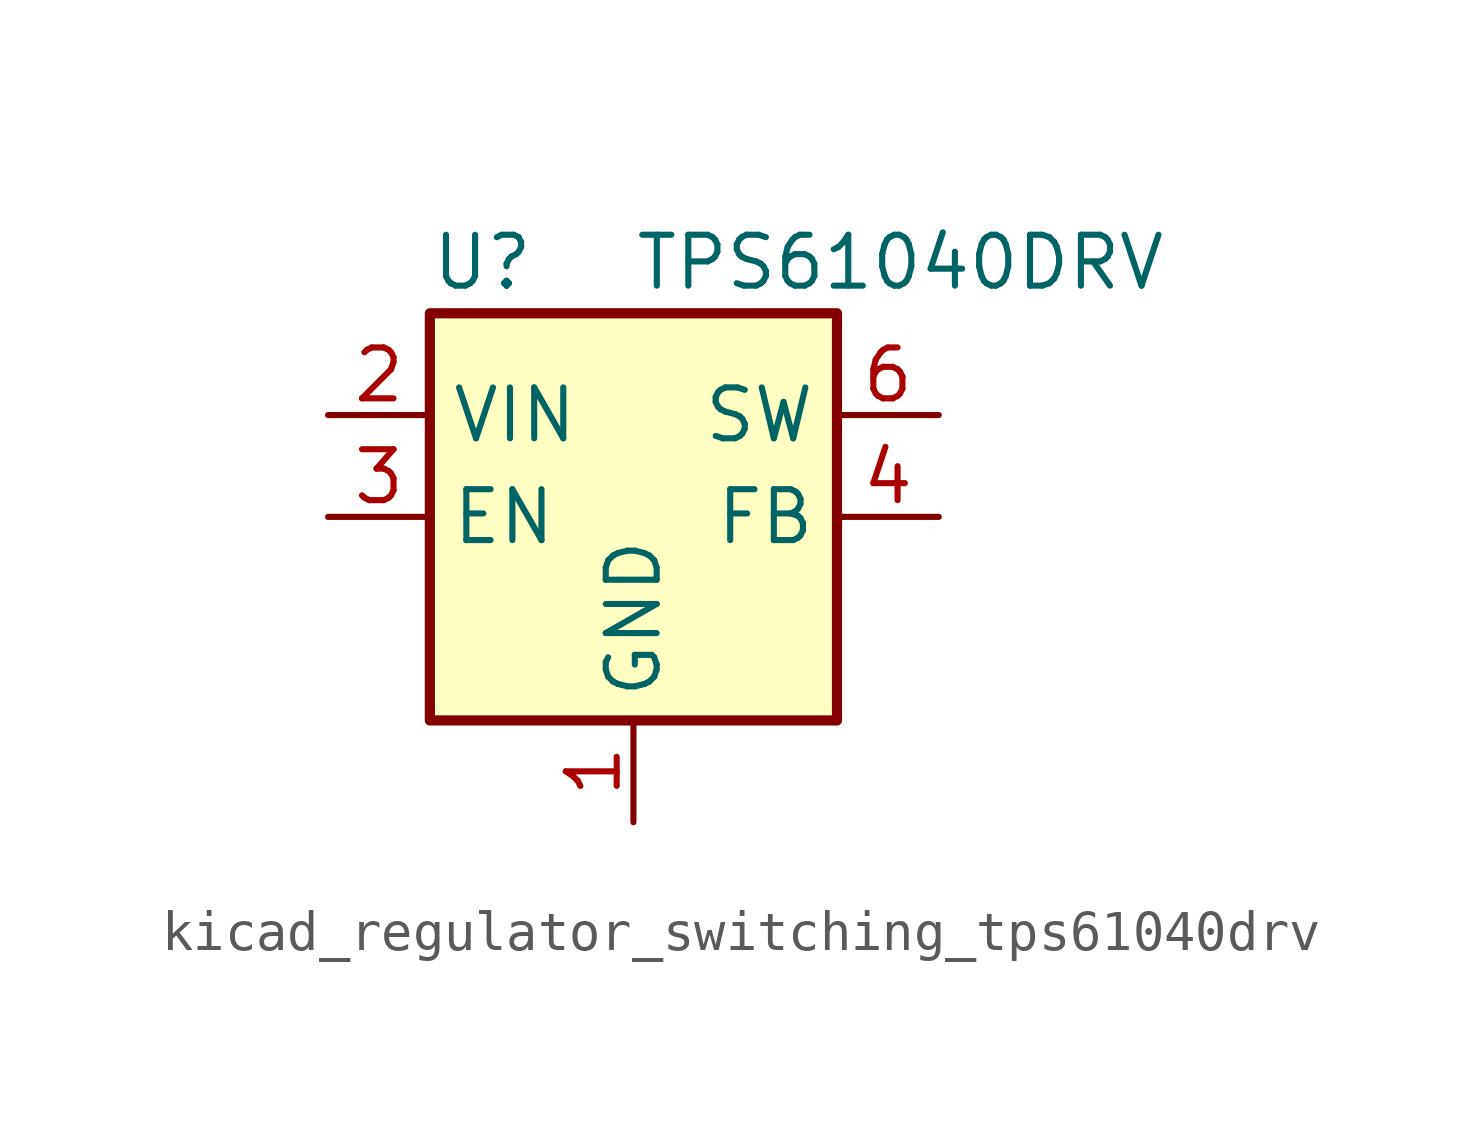
<source format=kicad_sym>
(kicad_symbol_lib
  (version 20220914)
  (generator kicad_symbol_editor)
  (symbol "kicad_regulator_switching_tps61040drv"
    (property "Reference" "U"
      (at -5.08 6.35 0)
      (effects (font (size 1.27 1.27)) (justify left)))
    (property "Value" "TPS61040DRV"
      (at 0 6.35 0)
      (effects (font (size 1.27 1.27)) (justify left)))
    (symbol "kicad_regulator_switching_tps61040drv_0_1"
      (rectangle (start -5.08 5.08) (end 5.08 -5.08) (stroke (width 0.254) (type default)) (fill (type background))))
    (symbol "kicad_regulator_switching_tps61040drv_1_1"
      (pin power_in line (at 0 -7.62 90) (length 2.54) (name "GND" (effects (font (size 1.27 1.27)))) (number "1" (effects (font (size 1.27 1.27)))))
      (pin power_in line (at -7.62 2.54 0) (length 2.54) (name "VIN" (effects (font (size 1.27 1.27)))) (number "2" (effects (font (size 1.27 1.27)))))
      (pin input line (at -7.62 0 0) (length 2.54) (name "EN" (effects (font (size 1.27 1.27)))) (number "3" (effects (font (size 1.27 1.27)))))
      (pin input line (at 7.62 0 180) (length 2.54) (name "FB" (effects (font (size 1.27 1.27)))) (number "4" (effects (font (size 1.27 1.27)))))
      (pin no_connect line (at 5.08 -2.54 180) (length 2.54) hide (name "NC" (effects (font (size 1.27 1.27)))) (number "5" (effects (font (size 1.27 1.27)))))
      (pin power_out line (at 7.62 2.54 180) (length 2.54) (name "SW" (effects (font (size 1.27 1.27)))) (number "6" (effects (font (size 1.27 1.27))))))))
</source>
